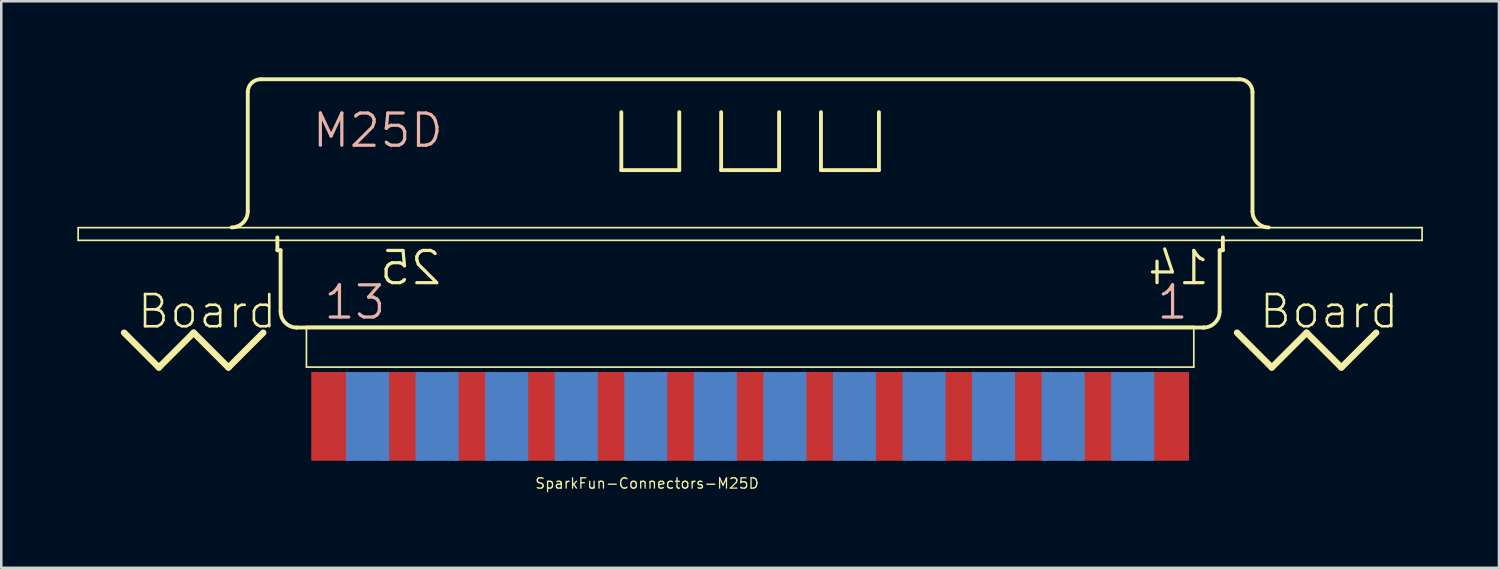
<source format=kicad_pcb>
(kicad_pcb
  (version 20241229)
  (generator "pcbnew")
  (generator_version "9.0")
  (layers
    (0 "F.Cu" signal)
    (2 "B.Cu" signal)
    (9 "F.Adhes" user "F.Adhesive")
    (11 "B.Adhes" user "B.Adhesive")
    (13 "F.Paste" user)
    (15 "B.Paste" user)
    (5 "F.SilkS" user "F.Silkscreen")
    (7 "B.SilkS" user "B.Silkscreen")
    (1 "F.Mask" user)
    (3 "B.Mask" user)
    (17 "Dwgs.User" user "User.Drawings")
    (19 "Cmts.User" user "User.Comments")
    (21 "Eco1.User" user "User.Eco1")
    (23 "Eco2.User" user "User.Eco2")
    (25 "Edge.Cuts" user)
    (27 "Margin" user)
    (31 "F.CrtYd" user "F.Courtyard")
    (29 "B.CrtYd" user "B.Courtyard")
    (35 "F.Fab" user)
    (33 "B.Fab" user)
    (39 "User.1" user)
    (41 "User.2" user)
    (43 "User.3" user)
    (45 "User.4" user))
  (footprint "SparkFun-Connectors-M25D"
    (layer "F.Cu")
    (at 26.533 7.328)
    (property "Reference" "SparkFun-Connectors-M25D" (at -4.064 8.687 0) (layer "F.SilkS") (effects (font (size 0.406 0.406) (thickness 0.051))))
    (attr smd)
    (fp_line (start -26.5 -1.4) (end 26.5 -1.4) (stroke (width 0.066) (type solid)) (layer "F.SilkS"))
    (fp_line (start -26.5 -0.899) (end -26.5 -1.4) (stroke (width 0.066) (type solid)) (layer "F.SilkS"))
    (fp_line (start -26.5 -0.899) (end 26.5 -0.899) (stroke (width 0.066) (type solid)) (layer "F.SilkS"))
    (fp_line (start -24.689 2.743) (end -23.317 4.115) (stroke (width 0.254) (type solid)) (layer "F.SilkS"))
    (fp_line (start -23.317 4.115) (end -21.946 2.743) (stroke (width 0.254) (type solid)) (layer "F.SilkS"))
    (fp_line (start -21.946 2.743) (end -20.574 4.115) (stroke (width 0.254) (type solid)) (layer "F.SilkS"))
    (fp_line (start -20.574 4.115) (end -19.202 2.743) (stroke (width 0.254) (type solid)) (layer "F.SilkS"))
    (fp_line (start -19.812 -2.045) (end -19.812 -6.744) (stroke (width 0.152) (type solid)) (layer "F.SilkS"))
    (fp_line (start -19.304 -7.252) (end 19.304 -7.252) (stroke (width 0.152) (type solid)) (layer "F.SilkS"))
    (fp_line (start -18.644 -0.508) (end -18.644 -1.016) (stroke (width 0.152) (type solid)) (layer "F.SilkS"))
    (fp_line (start -18.644 -0.508) (end -18.517 -0.508) (stroke (width 0.152) (type solid)) (layer "F.SilkS"))
    (fp_line (start -18.517 1.905) (end -18.517 -0.508) (stroke (width 0.152) (type solid)) (layer "F.SilkS"))
    (fp_line (start -17.899 2.54) (end 17.882 2.54) (stroke (width 0.152) (type solid)) (layer "F.SilkS"))
    (fp_line (start -17.498 2.499) (end 17.498 2.499) (stroke (width 0.066) (type solid)) (layer "F.SilkS"))
    (fp_line (start -17.498 4.1) (end -17.498 2.499) (stroke (width 0.066) (type solid)) (layer "F.SilkS"))
    (fp_line (start -17.498 4.1) (end 17.498 4.1) (stroke (width 0.066) (type solid)) (layer "F.SilkS"))
    (fp_line (start -5.08 -3.668) (end -5.08 -5.954) (stroke (width 0.152) (type solid)) (layer "F.SilkS"))
    (fp_line (start -2.794 -5.954) (end -2.794 -3.668) (stroke (width 0.152) (type solid)) (layer "F.SilkS"))
    (fp_line (start -2.794 -3.668) (end -5.08 -3.668) (stroke (width 0.152) (type solid)) (layer "F.SilkS"))
    (fp_line (start -1.143 -3.668) (end -1.143 -5.954) (stroke (width 0.152) (type solid)) (layer "F.SilkS"))
    (fp_line (start 1.143 -5.954) (end 1.143 -3.668) (stroke (width 0.152) (type solid)) (layer "F.SilkS"))
    (fp_line (start 1.143 -3.668) (end -1.143 -3.668) (stroke (width 0.152) (type solid)) (layer "F.SilkS"))
    (fp_line (start 2.794 -3.668) (end 2.794 -5.954) (stroke (width 0.152) (type solid)) (layer "F.SilkS"))
    (fp_line (start 5.08 -5.954) (end 5.08 -3.668) (stroke (width 0.152) (type solid)) (layer "F.SilkS"))
    (fp_line (start 5.08 -3.668) (end 2.794 -3.668) (stroke (width 0.152) (type solid)) (layer "F.SilkS"))
    (fp_line (start 17.498 4.1) (end 17.498 2.499) (stroke (width 0.066) (type solid)) (layer "F.SilkS"))
    (fp_line (start 17.882 2.54) (end 17.899 2.54) (stroke (width 0.152) (type solid)) (layer "F.SilkS"))
    (fp_line (start 18.517 -0.508) (end 18.644 -0.508) (stroke (width 0.152) (type solid)) (layer "F.SilkS"))
    (fp_line (start 18.517 1.905) (end 18.517 -0.508) (stroke (width 0.152) (type solid)) (layer "F.SilkS"))
    (fp_line (start 18.644 -0.508) (end 18.644 -1.016) (stroke (width 0.152) (type solid)) (layer "F.SilkS"))
    (fp_line (start 19.202 2.743) (end 20.574 4.115) (stroke (width 0.254) (type solid)) (layer "F.SilkS"))
    (fp_line (start 19.812 -2.045) (end 19.812 -6.744) (stroke (width 0.152) (type solid)) (layer "F.SilkS"))
    (fp_line (start 20.574 4.115) (end 21.946 2.743) (stroke (width 0.254) (type solid)) (layer "F.SilkS"))
    (fp_line (start 21.946 2.743) (end 23.317 4.115) (stroke (width 0.254) (type solid)) (layer "F.SilkS"))
    (fp_line (start 23.317 4.115) (end 24.689 2.743) (stroke (width 0.254) (type solid)) (layer "F.SilkS"))
    (fp_line (start 26.5 -0.899) (end 26.5 -1.4) (stroke (width 0.066) (type solid)) (layer "F.SilkS"))
    (fp_arc (start -19.812 -6.7437) (mid -19.66321 -7.10291) (end -19.304 -7.2517) (stroke (width 0.1524) (type solid)) (layer "F.SilkS"))
    (fp_arc (start -19.812 -2.0447) (mid -19.997987 -1.595687) (end -20.447 -1.4097) (stroke (width 0.1524) (type solid)) (layer "F.SilkS"))
    (fp_arc (start -17.8816 2.54) (mid -18.330613 2.354013) (end -18.5166 1.905) (stroke (width 0.1524) (type solid)) (layer "F.SilkS"))
    (fp_arc (start 18.5166 1.905) (mid 18.330613 2.354013) (end 17.8816 2.54) (stroke (width 0.1524) (type solid)) (layer "F.SilkS"))
    (fp_arc (start 19.304 -7.2517) (mid 19.66321 -7.10291) (end 19.812 -6.7437) (stroke (width 0.1524) (type solid)) (layer "F.SilkS"))
    (fp_arc (start 20.447 -1.4097) (mid 19.997987 -1.595687) (end 19.812 -2.0447) (stroke (width 0.1524) (type solid)) (layer "F.SilkS"))
    (fp_text user "Board " (at -20.93 1.905 0) (layer "F.SilkS") (effects (font (size 1.27 1.27) (thickness 0.102))))
    (fp_text user "14" (at 16.894 0.188 0) (layer "F.SilkS") (effects (font (size 1.27 1.27) (thickness 0.127)) (justify mirror)))
    (fp_text user "25" (at -13.388 0.188 0) (layer "F.SilkS") (effects (font (size 1.27 1.27) (thickness 0.127)) (justify mirror)))
    (fp_text user "Board" (at 22.835 1.905 0) (layer "F.SilkS") (effects (font (size 1.27 1.27) (thickness 0.102))))
    (fp_text user "1" (at 16.66 1.542 0) (layer "B.SilkS") (effects (font (size 1.27 1.27) (thickness 0.127))))
    (fp_text user "M25D" (at -14.681 -5.232 0) (layer "B.SilkS") (effects (font (size 1.27 1.27) (thickness 0.127))))
    (fp_text user "13" (at -15.591 1.542 0) (layer "B.SilkS") (effects (font (size 1.27 1.27) (thickness 0.127))))
    (pad "1" smd rect (at 16.459 6.043) (size 1.699 3.498) (layers "F.Cu" "F.Mask" "F.Paste"))
    (pad "2" smd rect (at 13.716 6.043) (size 1.699 3.498) (layers "F.Cu" "F.Mask" "F.Paste"))
    (pad "3" smd rect (at 10.97 6.043) (size 1.699 3.498) (layers "F.Cu" "F.Mask" "F.Paste"))
    (pad "4" smd rect (at 8.23 6.043) (size 1.699 3.498) (layers "F.Cu" "F.Mask" "F.Paste"))
    (pad "5" smd rect (at 5.484 6.043) (size 1.699 3.498) (layers "F.Cu" "F.Mask" "F.Paste"))
    (pad "6" smd rect (at 2.743 6.043) (size 1.699 3.498) (layers "F.Cu" "F.Mask" "F.Paste"))
    (pad "7" smd rect (at 0 6.043) (size 1.699 3.498) (layers "F.Cu" "F.Mask" "F.Paste"))
    (pad "8" smd rect (at -2.743 6.043) (size 1.699 3.498) (layers "F.Cu" "F.Mask" "F.Paste"))
    (pad "9" smd rect (at -5.484 6.043) (size 1.699 3.498) (layers "F.Cu" "F.Mask" "F.Paste"))
    (pad "10" smd rect (at -8.23 6.043) (size 1.699 3.498) (layers "F.Cu" "F.Mask" "F.Paste"))
    (pad "11" smd rect (at -10.97 6.043) (size 1.699 3.498) (layers "F.Cu" "F.Mask" "F.Paste"))
    (pad "12" smd rect (at -13.716 6.043) (size 1.699 3.498) (layers "F.Cu" "F.Mask" "F.Paste"))
    (pad "13" smd rect (at -16.459 6.043) (size 1.699 3.498) (layers "F.Cu" "F.Mask" "F.Paste"))
    (pad "14" smd rect (at 15.088 6.045) (size 1.699 3.498) (layers "B.Cu" "B.Mask"))
    (pad "15" smd rect (at 12.344 6.045) (size 1.699 3.498) (layers "B.Cu" "B.Mask"))
    (pad "16" smd rect (at 9.601 6.045) (size 1.699 3.498) (layers "B.Cu" "B.Mask"))
    (pad "17" smd rect (at 6.858 6.045) (size 1.699 3.498) (layers "B.Cu" "B.Mask"))
    (pad "18" smd rect (at 4.115 6.045) (size 1.699 3.498) (layers "B.Cu" "B.Mask"))
    (pad "19" smd rect (at 1.372 6.045) (size 1.699 3.498) (layers "B.Cu" "B.Mask"))
    (pad "20" smd rect (at -1.372 6.045) (size 1.699 3.498) (layers "B.Cu" "B.Mask"))
    (pad "21" smd rect (at -4.115 6.045) (size 1.699 3.498) (layers "B.Cu" "B.Mask"))
    (pad "22" smd rect (at -6.858 6.045) (size 1.699 3.498) (layers "B.Cu" "B.Mask"))
    (pad "23" smd rect (at -9.601 6.045) (size 1.699 3.498) (layers "B.Cu" "B.Mask"))
    (pad "24" smd rect (at -12.344 6.045) (size 1.699 3.498) (layers "B.Cu" "B.Mask"))
    (pad "25" smd rect (at -15.088 6.045) (size 1.699 3.498) (layers "B.Cu" "B.Mask")))
  (gr_rect
    (start -3 -3)
    (end 56.066 19.342)
    (stroke (width 0.1) (type default))
    (fill no)
    (layer "Edge.Cuts")))
</source>
